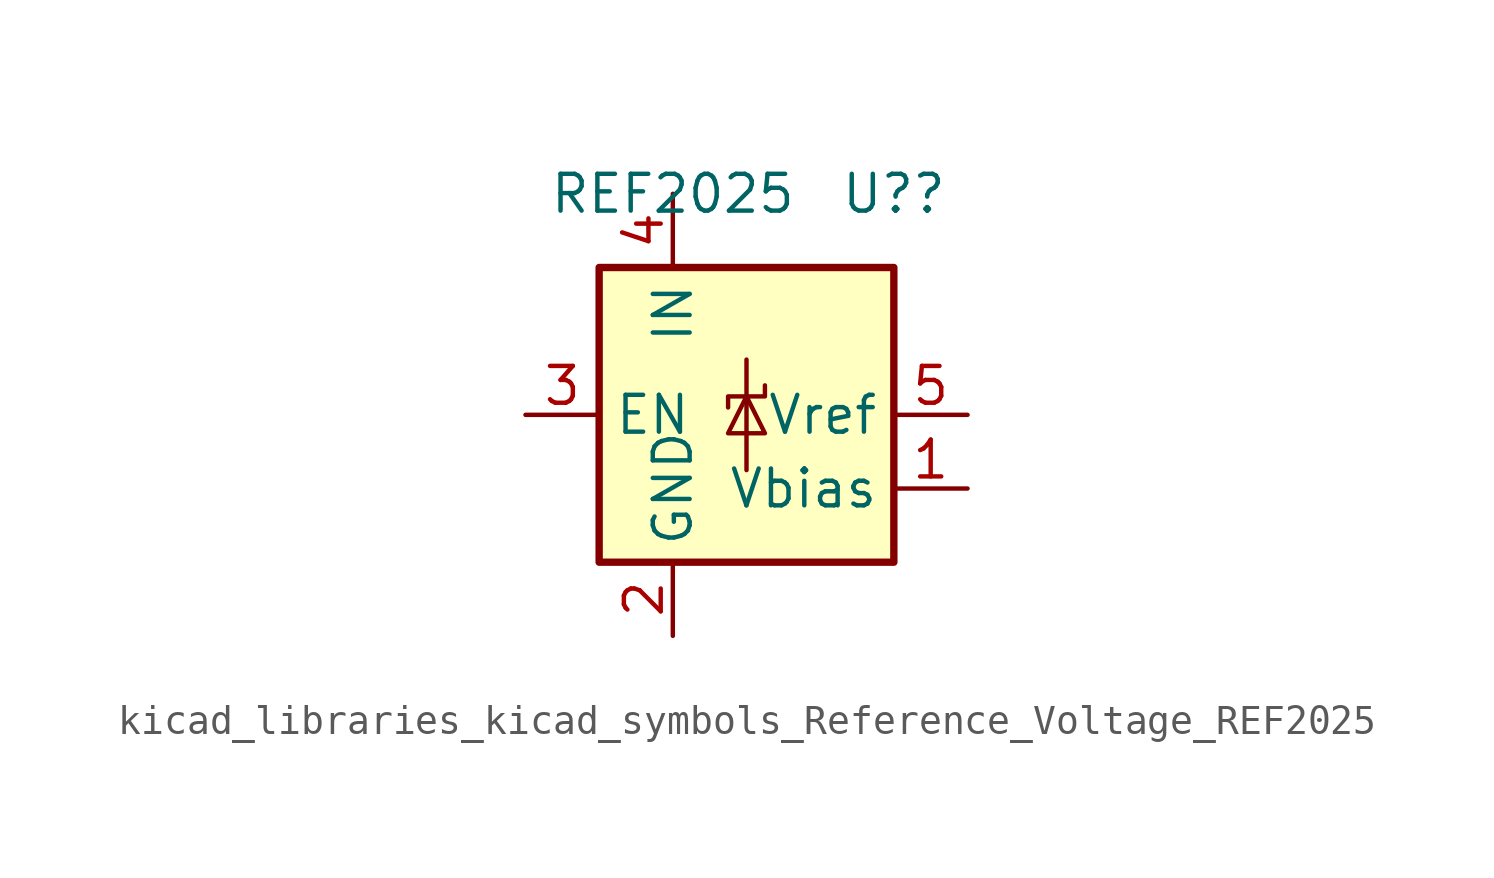
<source format=kicad_sym>
(kicad_symbol_lib
  (version 20220914)
  (generator kicad_symbol_editor)
  (symbol "kicad_libraries_kicad_symbols_Reference_Voltage_REF2025"
    (property "Reference" "U?"
      (at 5.08 7.62 0)
      (effects (font (size 1.27 1.27))))
    (property "Value" "REF2025"
      (at -2.54 7.62 0)
      (effects (font (size 1.27 1.27))))
    (symbol "kicad_libraries_kicad_symbols_Reference_Voltage_REF2025_0_1"
      (rectangle (start -5.08 5.08) (end 5.08 -5.08) (stroke (width 0.254) (type default)) (fill (type background)))
      (polyline (pts (xy 0 1.905) (xy 0 -1.905)) (stroke (width 0) (type default)) (fill (type none)))
      (polyline (pts (xy -0.635 -0.635) (xy 0.635 -0.635) (xy 0 0.635) (xy -0.635 -0.635)) (stroke (width 0) (type default)) (fill (type none)))
      (polyline (pts (xy 0.635 1.016) (xy 0.635 0.635) (xy -0.635 0.635) (xy -0.635 0.254)) (stroke (width 0) (type default)) (fill (type none))))
    (symbol "kicad_libraries_kicad_symbols_Reference_Voltage_REF2025_1_1"
      (pin output line (at 7.62 -2.54 180) (length 2.54) (name "Vbias" (effects (font (size 1.27 1.27)))) (number "1" (effects (font (size 1.27 1.27)))))
      (pin power_in line (at -2.54 -7.62 90) (length 2.54) (name "GND" (effects (font (size 1.27 1.27)))) (number "2" (effects (font (size 1.27 1.27)))))
      (pin input line (at -7.62 0 0) (length 2.54) (name "EN" (effects (font (size 1.27 1.27)))) (number "3" (effects (font (size 1.27 1.27)))))
      (pin power_in line (at -2.54 7.62 270) (length 2.54) (name "IN" (effects (font (size 1.27 1.27)))) (number "4" (effects (font (size 1.27 1.27)))))
      (pin output line (at 7.62 0 180) (length 2.54) (name "Vref" (effects (font (size 1.27 1.27)))) (number "5" (effects (font (size 1.27 1.27))))))))
</source>
